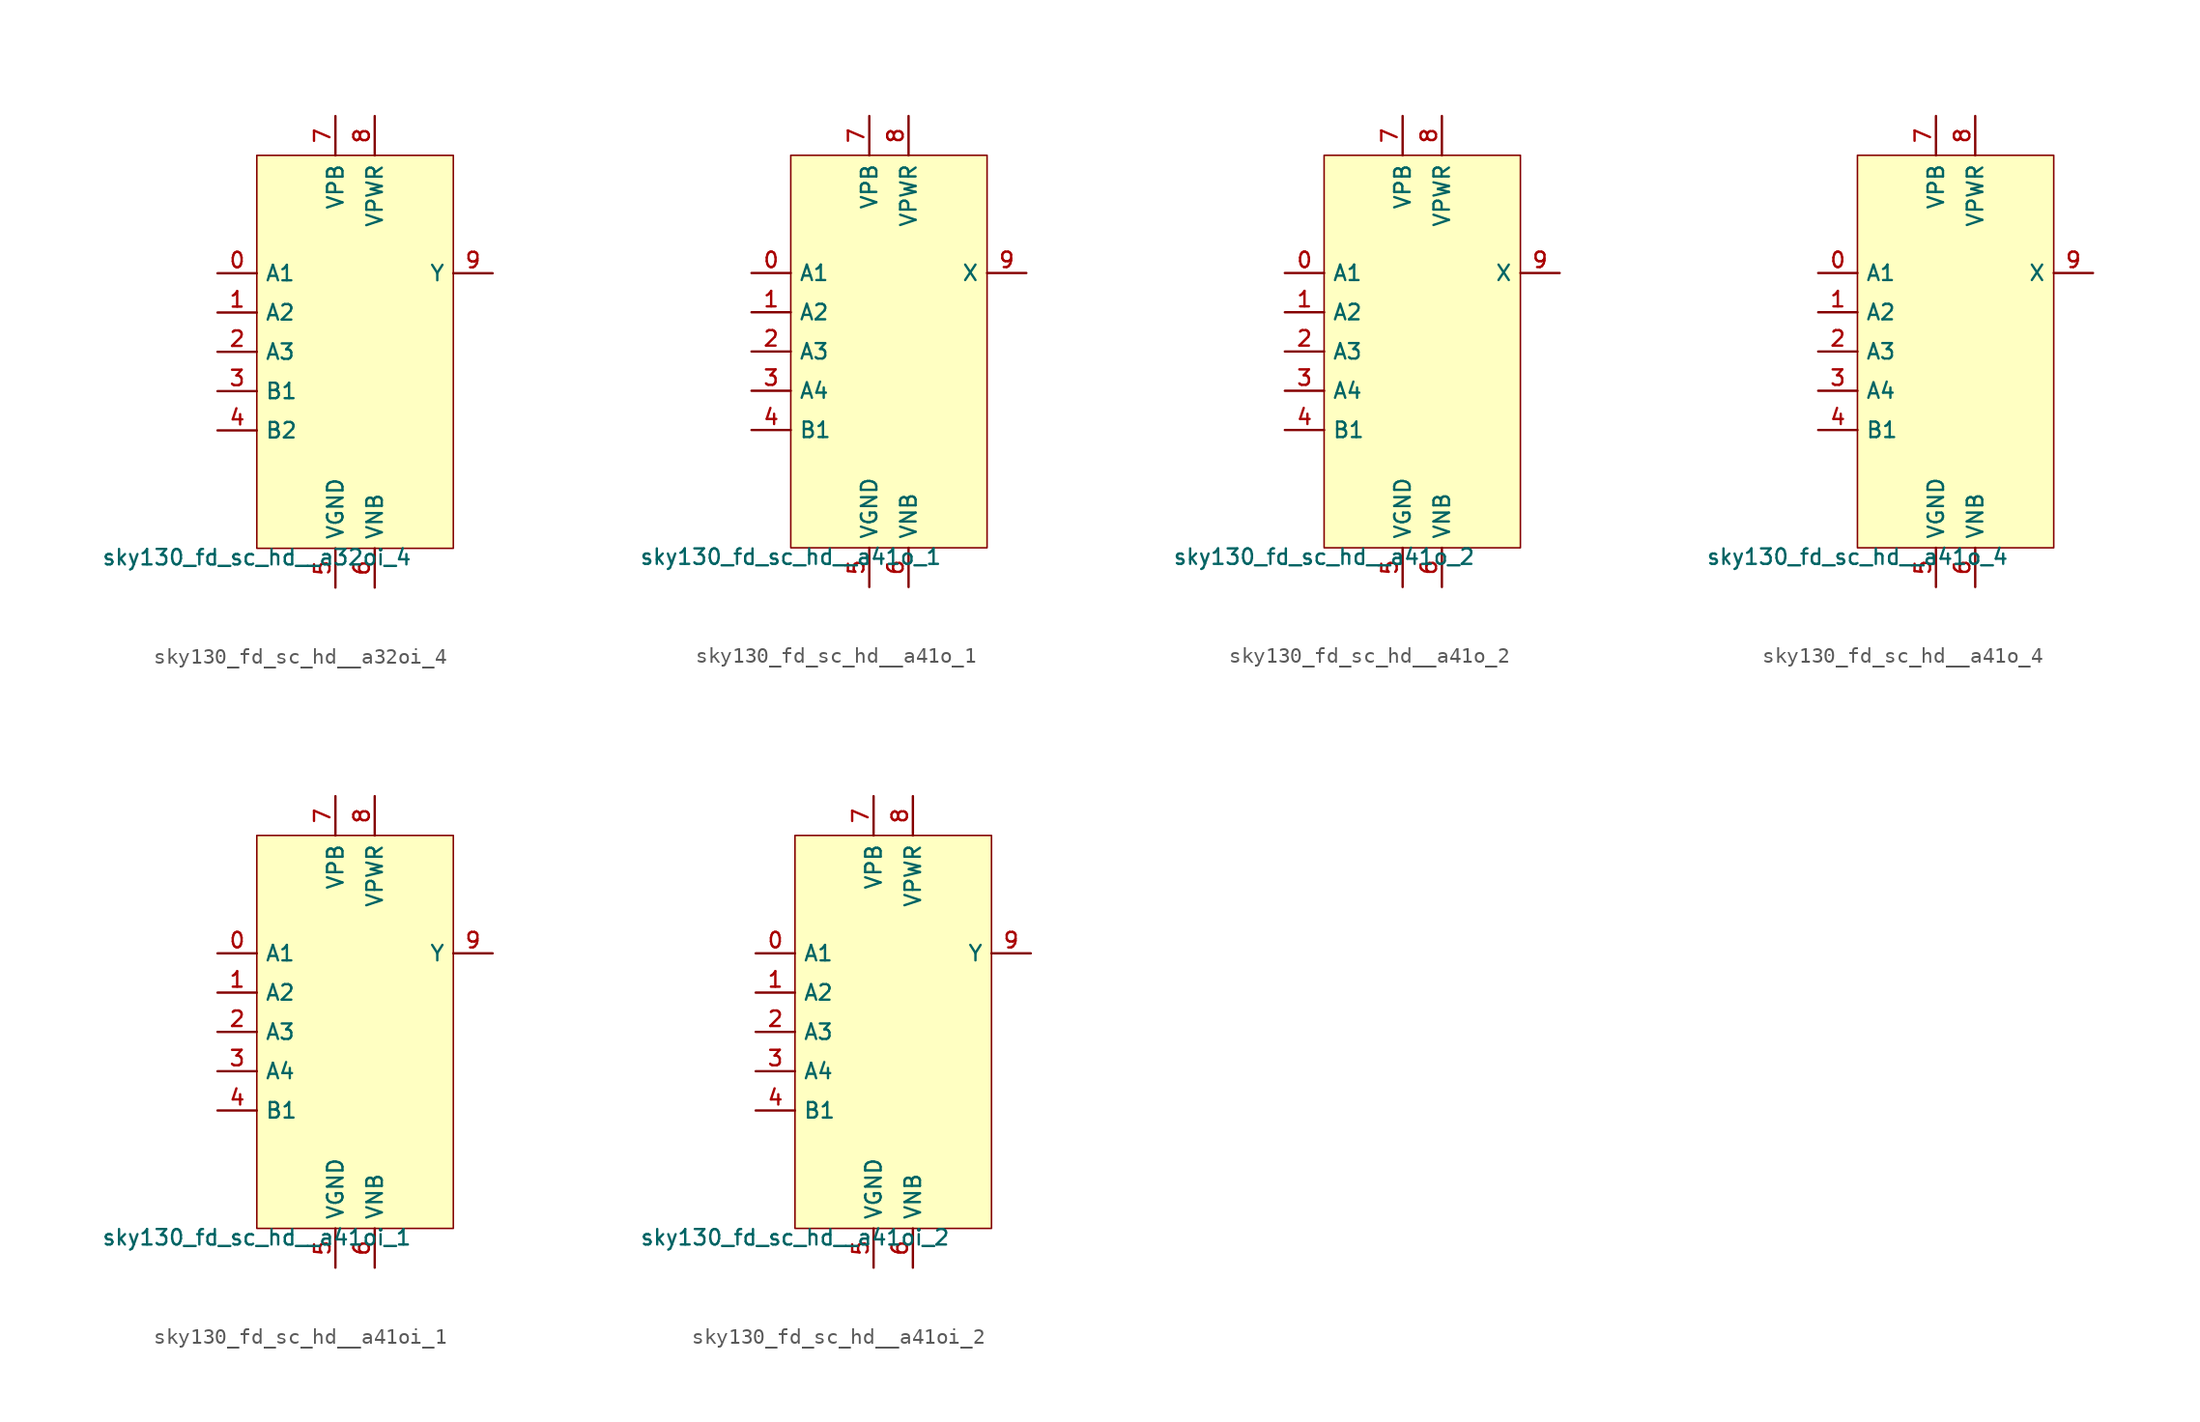
<source format=kicad_sym>
(kicad_symbol_lib
  (version 20211014)
  (generator lef2kicad_sym)
  (symbol "sky130_fd_sc_hd__a32oi_4"
    (property "Reference" "X"
      (at 0 0 0)
      (effects (font (size 1 1)) hide))
    (property "Value" "sky130_fd_sc_hd__a32oi_4"
      (at -6.35 -12.7 0)
      (effects (font (size 1 1)) (justify top)))
    (rectangle
      (start -6.35 -12.7)
      (end 6.35 12.7)
      (stroke (width 0.1) (type solid) (color 0 0 0 0))
      (fill (type background)))
    (pin input line
      (at -8.89 5.08 0)
      (length 2.54)
      (name "A1" (effects (font (size 1 1)) hide))
      (number "0" (effects (font (size 1 1)) hide)))
    (pin input line
      (at -8.89 2.54 0)
      (length 2.54)
      (name "A2" (effects (font (size 1 1)) hide))
      (number "1" (effects (font (size 1 1)) hide)))
    (pin input line
      (at -8.89 -8.881784197001252e-16 0)
      (length 2.54)
      (name "A3" (effects (font (size 1 1)) hide))
      (number "2" (effects (font (size 1 1)) hide)))
    (pin input line
      (at -8.89 -2.54 0)
      (length 2.54)
      (name "B1" (effects (font (size 1 1)) hide))
      (number "3" (effects (font (size 1 1)) hide)))
    (pin input line
      (at -8.89 -5.08 0)
      (length 2.54)
      (name "B2" (effects (font (size 1 1)) hide))
      (number "4" (effects (font (size 1 1)) hide)))
    (pin power_in line
      (at -1.27 -15.24 90)
      (length 2.54)
      (name "VGND" (effects (font (size 1 1)) hide))
      (number "5" (effects (font (size 1 1)) hide)))
    (pin power_in line
      (at 1.27 -15.24 90)
      (length 2.54)
      (name "VNB" (effects (font (size 1 1)) hide))
      (number "6" (effects (font (size 1 1)) hide)))
    (pin power_in line
      (at -1.27 15.24 270)
      (length 2.54)
      (name "VPB" (effects (font (size 1 1)) hide))
      (number "7" (effects (font (size 1 1)) hide)))
    (pin power_in line
      (at 1.27 15.24 270)
      (length 2.54)
      (name "VPWR" (effects (font (size 1 1)) hide))
      (number "8" (effects (font (size 1 1)) hide)))
    (pin output line
      (at 8.89 5.08 180)
      (length 2.54)
      (name "Y" (effects (font (size 1 1)) hide))
      (number "9" (effects (font (size 1 1)) hide))))
  (symbol "sky130_fd_sc_hd__a41o_1"
    (property "Reference" "X"
      (at 0 0 0)
      (effects (font (size 1 1)) hide))
    (property "Value" "sky130_fd_sc_hd__a41o_1"
      (at -6.35 -12.7 0)
      (effects (font (size 1 1)) (justify top)))
    (rectangle
      (start -6.35 -12.7)
      (end 6.35 12.7)
      (stroke (width 0.1) (type solid) (color 0 0 0 0))
      (fill (type background)))
    (pin input line
      (at -8.89 5.08 0)
      (length 2.54)
      (name "A1" (effects (font (size 1 1)) hide))
      (number "0" (effects (font (size 1 1)) hide)))
    (pin input line
      (at -8.89 2.54 0)
      (length 2.54)
      (name "A2" (effects (font (size 1 1)) hide))
      (number "1" (effects (font (size 1 1)) hide)))
    (pin input line
      (at -8.89 -8.881784197001252e-16 0)
      (length 2.54)
      (name "A3" (effects (font (size 1 1)) hide))
      (number "2" (effects (font (size 1 1)) hide)))
    (pin input line
      (at -8.89 -2.54 0)
      (length 2.54)
      (name "A4" (effects (font (size 1 1)) hide))
      (number "3" (effects (font (size 1 1)) hide)))
    (pin input line
      (at -8.89 -5.08 0)
      (length 2.54)
      (name "B1" (effects (font (size 1 1)) hide))
      (number "4" (effects (font (size 1 1)) hide)))
    (pin power_in line
      (at -1.27 -15.24 90)
      (length 2.54)
      (name "VGND" (effects (font (size 1 1)) hide))
      (number "5" (effects (font (size 1 1)) hide)))
    (pin power_in line
      (at 1.27 -15.24 90)
      (length 2.54)
      (name "VNB" (effects (font (size 1 1)) hide))
      (number "6" (effects (font (size 1 1)) hide)))
    (pin power_in line
      (at -1.27 15.24 270)
      (length 2.54)
      (name "VPB" (effects (font (size 1 1)) hide))
      (number "7" (effects (font (size 1 1)) hide)))
    (pin power_in line
      (at 1.27 15.24 270)
      (length 2.54)
      (name "VPWR" (effects (font (size 1 1)) hide))
      (number "8" (effects (font (size 1 1)) hide)))
    (pin output line
      (at 8.89 5.08 180)
      (length 2.54)
      (name "X" (effects (font (size 1 1)) hide))
      (number "9" (effects (font (size 1 1)) hide))))
  (symbol "sky130_fd_sc_hd__a41o_2"
    (property "Reference" "X"
      (at 0 0 0)
      (effects (font (size 1 1)) hide))
    (property "Value" "sky130_fd_sc_hd__a41o_2"
      (at -6.35 -12.7 0)
      (effects (font (size 1 1)) (justify top)))
    (rectangle
      (start -6.35 -12.7)
      (end 6.35 12.7)
      (stroke (width 0.1) (type solid) (color 0 0 0 0))
      (fill (type background)))
    (pin input line
      (at -8.89 5.08 0)
      (length 2.54)
      (name "A1" (effects (font (size 1 1)) hide))
      (number "0" (effects (font (size 1 1)) hide)))
    (pin input line
      (at -8.89 2.54 0)
      (length 2.54)
      (name "A2" (effects (font (size 1 1)) hide))
      (number "1" (effects (font (size 1 1)) hide)))
    (pin input line
      (at -8.89 -8.881784197001252e-16 0)
      (length 2.54)
      (name "A3" (effects (font (size 1 1)) hide))
      (number "2" (effects (font (size 1 1)) hide)))
    (pin input line
      (at -8.89 -2.54 0)
      (length 2.54)
      (name "A4" (effects (font (size 1 1)) hide))
      (number "3" (effects (font (size 1 1)) hide)))
    (pin input line
      (at -8.89 -5.08 0)
      (length 2.54)
      (name "B1" (effects (font (size 1 1)) hide))
      (number "4" (effects (font (size 1 1)) hide)))
    (pin power_in line
      (at -1.27 -15.24 90)
      (length 2.54)
      (name "VGND" (effects (font (size 1 1)) hide))
      (number "5" (effects (font (size 1 1)) hide)))
    (pin power_in line
      (at 1.27 -15.24 90)
      (length 2.54)
      (name "VNB" (effects (font (size 1 1)) hide))
      (number "6" (effects (font (size 1 1)) hide)))
    (pin power_in line
      (at -1.27 15.24 270)
      (length 2.54)
      (name "VPB" (effects (font (size 1 1)) hide))
      (number "7" (effects (font (size 1 1)) hide)))
    (pin power_in line
      (at 1.27 15.24 270)
      (length 2.54)
      (name "VPWR" (effects (font (size 1 1)) hide))
      (number "8" (effects (font (size 1 1)) hide)))
    (pin output line
      (at 8.89 5.08 180)
      (length 2.54)
      (name "X" (effects (font (size 1 1)) hide))
      (number "9" (effects (font (size 1 1)) hide))))
  (symbol "sky130_fd_sc_hd__a41o_4"
    (property "Reference" "X"
      (at 0 0 0)
      (effects (font (size 1 1)) hide))
    (property "Value" "sky130_fd_sc_hd__a41o_4"
      (at -6.35 -12.7 0)
      (effects (font (size 1 1)) (justify top)))
    (rectangle
      (start -6.35 -12.7)
      (end 6.35 12.7)
      (stroke (width 0.1) (type solid) (color 0 0 0 0))
      (fill (type background)))
    (pin input line
      (at -8.89 5.08 0)
      (length 2.54)
      (name "A1" (effects (font (size 1 1)) hide))
      (number "0" (effects (font (size 1 1)) hide)))
    (pin input line
      (at -8.89 2.54 0)
      (length 2.54)
      (name "A2" (effects (font (size 1 1)) hide))
      (number "1" (effects (font (size 1 1)) hide)))
    (pin input line
      (at -8.89 -8.881784197001252e-16 0)
      (length 2.54)
      (name "A3" (effects (font (size 1 1)) hide))
      (number "2" (effects (font (size 1 1)) hide)))
    (pin input line
      (at -8.89 -2.54 0)
      (length 2.54)
      (name "A4" (effects (font (size 1 1)) hide))
      (number "3" (effects (font (size 1 1)) hide)))
    (pin input line
      (at -8.89 -5.08 0)
      (length 2.54)
      (name "B1" (effects (font (size 1 1)) hide))
      (number "4" (effects (font (size 1 1)) hide)))
    (pin power_in line
      (at -1.27 -15.24 90)
      (length 2.54)
      (name "VGND" (effects (font (size 1 1)) hide))
      (number "5" (effects (font (size 1 1)) hide)))
    (pin power_in line
      (at 1.27 -15.24 90)
      (length 2.54)
      (name "VNB" (effects (font (size 1 1)) hide))
      (number "6" (effects (font (size 1 1)) hide)))
    (pin power_in line
      (at -1.27 15.24 270)
      (length 2.54)
      (name "VPB" (effects (font (size 1 1)) hide))
      (number "7" (effects (font (size 1 1)) hide)))
    (pin power_in line
      (at 1.27 15.24 270)
      (length 2.54)
      (name "VPWR" (effects (font (size 1 1)) hide))
      (number "8" (effects (font (size 1 1)) hide)))
    (pin output line
      (at 8.89 5.08 180)
      (length 2.54)
      (name "X" (effects (font (size 1 1)) hide))
      (number "9" (effects (font (size 1 1)) hide))))
  (symbol "sky130_fd_sc_hd__a41oi_1"
    (property "Reference" "X"
      (at 0 0 0)
      (effects (font (size 1 1)) hide))
    (property "Value" "sky130_fd_sc_hd__a41oi_1"
      (at -6.35 -12.7 0)
      (effects (font (size 1 1)) (justify top)))
    (rectangle
      (start -6.35 -12.7)
      (end 6.35 12.7)
      (stroke (width 0.1) (type solid) (color 0 0 0 0))
      (fill (type background)))
    (pin input line
      (at -8.89 5.08 0)
      (length 2.54)
      (name "A1" (effects (font (size 1 1)) hide))
      (number "0" (effects (font (size 1 1)) hide)))
    (pin input line
      (at -8.89 2.54 0)
      (length 2.54)
      (name "A2" (effects (font (size 1 1)) hide))
      (number "1" (effects (font (size 1 1)) hide)))
    (pin input line
      (at -8.89 -8.881784197001252e-16 0)
      (length 2.54)
      (name "A3" (effects (font (size 1 1)) hide))
      (number "2" (effects (font (size 1 1)) hide)))
    (pin input line
      (at -8.89 -2.54 0)
      (length 2.54)
      (name "A4" (effects (font (size 1 1)) hide))
      (number "3" (effects (font (size 1 1)) hide)))
    (pin input line
      (at -8.89 -5.08 0)
      (length 2.54)
      (name "B1" (effects (font (size 1 1)) hide))
      (number "4" (effects (font (size 1 1)) hide)))
    (pin power_in line
      (at -1.27 -15.24 90)
      (length 2.54)
      (name "VGND" (effects (font (size 1 1)) hide))
      (number "5" (effects (font (size 1 1)) hide)))
    (pin power_in line
      (at 1.27 -15.24 90)
      (length 2.54)
      (name "VNB" (effects (font (size 1 1)) hide))
      (number "6" (effects (font (size 1 1)) hide)))
    (pin power_in line
      (at -1.27 15.24 270)
      (length 2.54)
      (name "VPB" (effects (font (size 1 1)) hide))
      (number "7" (effects (font (size 1 1)) hide)))
    (pin power_in line
      (at 1.27 15.24 270)
      (length 2.54)
      (name "VPWR" (effects (font (size 1 1)) hide))
      (number "8" (effects (font (size 1 1)) hide)))
    (pin output line
      (at 8.89 5.08 180)
      (length 2.54)
      (name "Y" (effects (font (size 1 1)) hide))
      (number "9" (effects (font (size 1 1)) hide))))
  (symbol "sky130_fd_sc_hd__a41oi_2"
    (property "Reference" "X"
      (at 0 0 0)
      (effects (font (size 1 1)) hide))
    (property "Value" "sky130_fd_sc_hd__a41oi_2"
      (at -6.35 -12.7 0)
      (effects (font (size 1 1)) (justify top)))
    (rectangle
      (start -6.35 -12.7)
      (end 6.35 12.7)
      (stroke (width 0.1) (type solid) (color 0 0 0 0))
      (fill (type background)))
    (pin input line
      (at -8.89 5.08 0)
      (length 2.54)
      (name "A1" (effects (font (size 1 1)) hide))
      (number "0" (effects (font (size 1 1)) hide)))
    (pin input line
      (at -8.89 2.54 0)
      (length 2.54)
      (name "A2" (effects (font (size 1 1)) hide))
      (number "1" (effects (font (size 1 1)) hide)))
    (pin input line
      (at -8.89 -8.881784197001252e-16 0)
      (length 2.54)
      (name "A3" (effects (font (size 1 1)) hide))
      (number "2" (effects (font (size 1 1)) hide)))
    (pin input line
      (at -8.89 -2.54 0)
      (length 2.54)
      (name "A4" (effects (font (size 1 1)) hide))
      (number "3" (effects (font (size 1 1)) hide)))
    (pin input line
      (at -8.89 -5.08 0)
      (length 2.54)
      (name "B1" (effects (font (size 1 1)) hide))
      (number "4" (effects (font (size 1 1)) hide)))
    (pin power_in line
      (at -1.27 -15.24 90)
      (length 2.54)
      (name "VGND" (effects (font (size 1 1)) hide))
      (number "5" (effects (font (size 1 1)) hide)))
    (pin power_in line
      (at 1.27 -15.24 90)
      (length 2.54)
      (name "VNB" (effects (font (size 1 1)) hide))
      (number "6" (effects (font (size 1 1)) hide)))
    (pin power_in line
      (at -1.27 15.24 270)
      (length 2.54)
      (name "VPB" (effects (font (size 1 1)) hide))
      (number "7" (effects (font (size 1 1)) hide)))
    (pin power_in line
      (at 1.27 15.24 270)
      (length 2.54)
      (name "VPWR" (effects (font (size 1 1)) hide))
      (number "8" (effects (font (size 1 1)) hide)))
    (pin output line
      (at 8.89 5.08 180)
      (length 2.54)
      (name "Y" (effects (font (size 1 1)) hide))
      (number "9" (effects (font (size 1 1)) hide)))))
</source>
